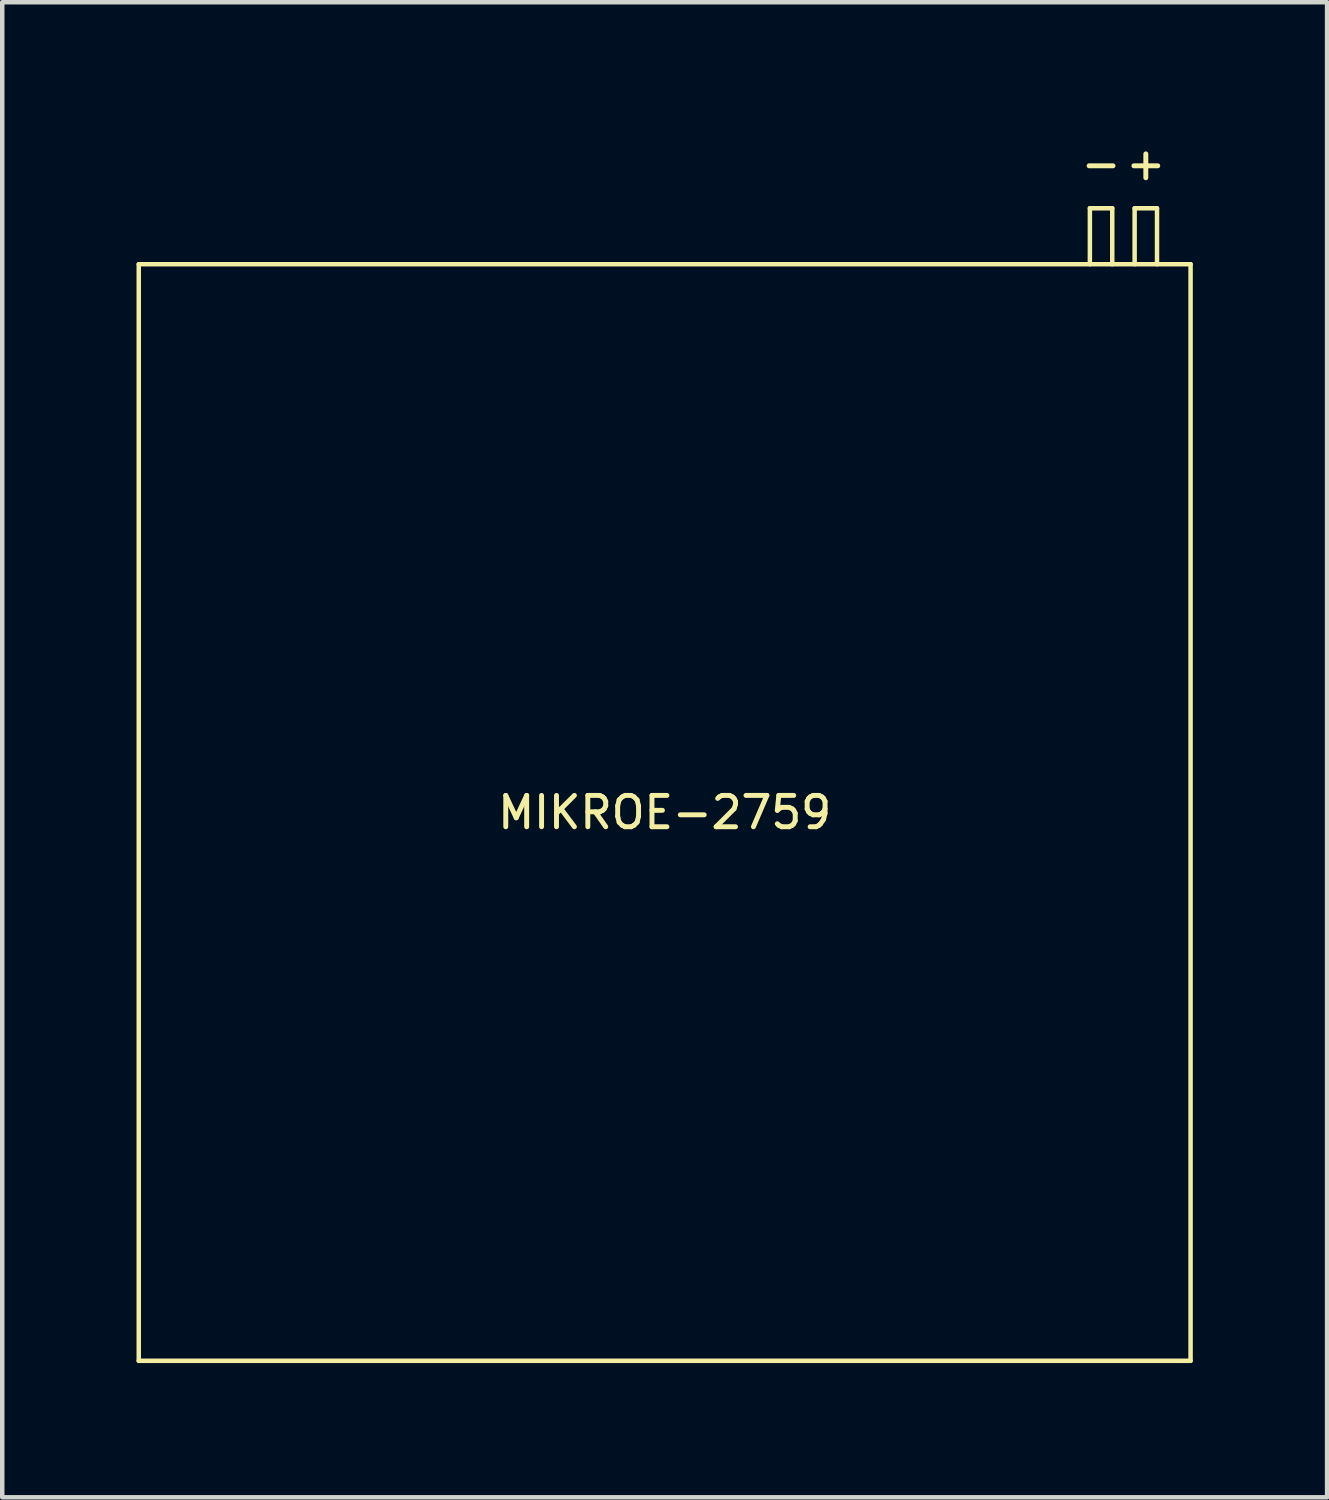
<source format=kicad_pcb>
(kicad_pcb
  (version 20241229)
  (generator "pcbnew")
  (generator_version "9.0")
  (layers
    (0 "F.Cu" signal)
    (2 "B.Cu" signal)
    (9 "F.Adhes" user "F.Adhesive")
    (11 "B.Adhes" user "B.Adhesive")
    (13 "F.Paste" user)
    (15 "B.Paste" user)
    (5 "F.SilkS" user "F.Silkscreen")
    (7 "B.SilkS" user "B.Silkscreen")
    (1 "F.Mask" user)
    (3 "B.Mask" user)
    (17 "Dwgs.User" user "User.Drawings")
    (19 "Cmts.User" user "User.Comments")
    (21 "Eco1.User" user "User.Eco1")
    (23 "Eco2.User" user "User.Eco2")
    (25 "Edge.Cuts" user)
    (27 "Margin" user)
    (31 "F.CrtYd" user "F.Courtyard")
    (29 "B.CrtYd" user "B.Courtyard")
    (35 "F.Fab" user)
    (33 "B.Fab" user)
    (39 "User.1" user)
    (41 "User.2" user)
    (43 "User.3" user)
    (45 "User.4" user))
  (footprint "MIKROE-2759"
    (layer "F.Cu")
    (at 11.8 15.103)
    (property "Reference" "MIKROE-2759" (at 0 0 0) (layer "F.SilkS") (effects (font (size 0.7 0.7) (thickness 0.11))))
    (attr through_hole)
    (fp_line (start -11.75 -12.25) (end 11.75 -12.25) (stroke (width 0.1) (type solid)) (layer "F.SilkS"))
    (fp_line (start -11.75 12.25) (end -11.75 -12.25) (stroke (width 0.1) (type solid)) (layer "F.SilkS"))
    (fp_line (start -11.75 12.25) (end 11.75 12.25) (stroke (width 0.1) (type solid)) (layer "F.SilkS"))
    (fp_line (start 9.5 -13.5) (end 9.5 -12.25) (stroke (width 0.1) (type solid)) (layer "F.SilkS"))
    (fp_line (start 10 -13.5) (end 9.5 -13.5) (stroke (width 0.1) (type solid)) (layer "F.SilkS"))
    (fp_line (start 10 -13.5) (end 10 -12.25) (stroke (width 0.1) (type solid)) (layer "F.SilkS"))
    (fp_line (start 10.5 -13.5) (end 10.5 -12.25) (stroke (width 0.1) (type solid)) (layer "F.SilkS"))
    (fp_line (start 11 -13.5) (end 10.5 -13.5) (stroke (width 0.1) (type solid)) (layer "F.SilkS"))
    (fp_line (start 11 -12.25) (end 11 -13.5) (stroke (width 0.1) (type solid)) (layer "F.SilkS"))
    (fp_line (start 11.75 -12.25) (end 11.75 12.25) (stroke (width 0.1) (type solid)) (layer "F.SilkS"))
    (fp_text user "-" (at 9.75 -14.5 0) (layer "F.SilkS") (effects (font (size 0.7 0.7) (thickness 0.11))))
    (fp_text user "+" (at 10.75 -14.5 0) (layer "F.SilkS") (effects (font (size 0.7 0.7) (thickness 0.11)))))
  (gr_rect
    (start -3 -3)
    (end 26.6 30.403)
    (stroke (width 0.1) (type default))
    (fill no)
    (layer "Edge.Cuts")))
</source>
